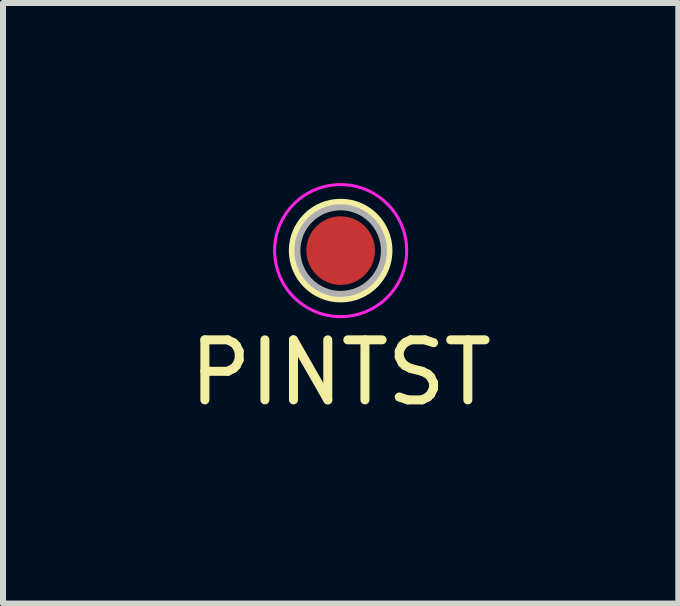
<source format=kicad_pcb>
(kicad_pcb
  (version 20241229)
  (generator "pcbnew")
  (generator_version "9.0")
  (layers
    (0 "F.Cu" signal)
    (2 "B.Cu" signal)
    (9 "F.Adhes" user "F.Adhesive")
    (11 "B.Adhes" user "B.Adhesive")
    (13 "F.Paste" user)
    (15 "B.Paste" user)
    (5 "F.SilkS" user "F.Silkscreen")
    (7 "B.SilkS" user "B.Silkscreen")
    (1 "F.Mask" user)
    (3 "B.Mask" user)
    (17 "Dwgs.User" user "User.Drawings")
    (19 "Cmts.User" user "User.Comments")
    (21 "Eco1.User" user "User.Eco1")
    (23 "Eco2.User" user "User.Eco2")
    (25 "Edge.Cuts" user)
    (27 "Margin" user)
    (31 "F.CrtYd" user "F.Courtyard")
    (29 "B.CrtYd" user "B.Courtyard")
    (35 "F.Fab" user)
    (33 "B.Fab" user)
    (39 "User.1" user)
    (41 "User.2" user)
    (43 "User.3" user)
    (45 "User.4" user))
  (footprint "PINTST"
    (layer "F.Cu")
    (at 2.625 1.125)
    (property "Reference" "PINTST" (at 0 2.032 0) (layer "F.SilkS") (effects (font (size 1 1) (thickness 0.15))))
    (attr through_hole)
    (fp_circle (center 0 0) (end -0.254 -0.762) (stroke (width 0.12) (type solid)) (fill no) (layer "F.SilkS"))
    (fp_circle (center 0 0) (end 1.1 0) (stroke (width 0.05) (type solid)) (fill no) (layer "F.CrtYd"))
    (fp_circle (center 0 0) (end 0.4 0.6) (stroke (width 0.1) (type solid)) (fill no) (layer "F.Fab"))
    (pad "1" smd circle (at 0 0) (size 1.143 1.143) (layers "F.Cu" "F.Mask" "F.Paste")))
  (gr_rect
    (start -3 -3)
    (end 8.25 7.005)
    (stroke (width 0.1) (type default))
    (fill no)
    (layer "Edge.Cuts")))
</source>
